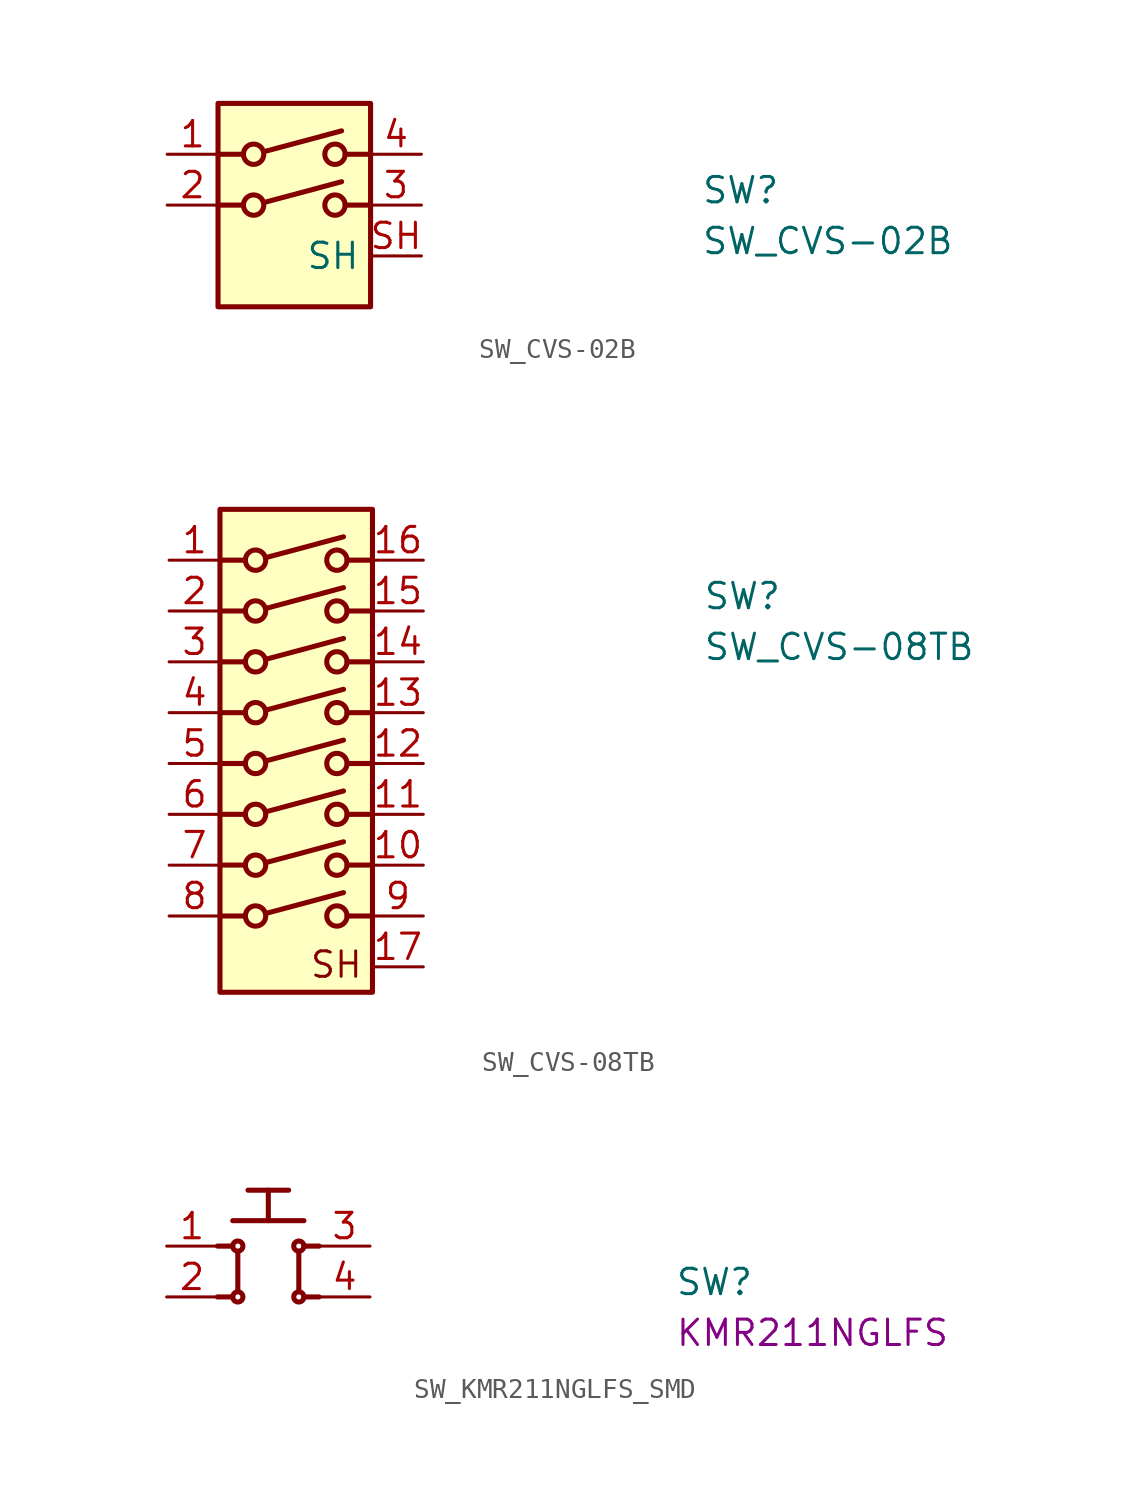
<source format=kicad_sym>
(kicad_symbol_lib
  (version 20220914)
  (generator kicad_symbol_editor)
  (symbol "SW_CVS-02B"
    (property "Reference" "SW"
      (at 26.67 -2.54 0)
      (effects (font (size 1.27 1.27) (thickness 0.15)) (justify left bottom)))
    (property "Value" "SW_CVS-02B"
      (at 26.67 -5.08 0)
      (effects (font (size 1.27 1.27) (thickness 0.15)) (justify left bottom)))
    (symbol "SW_CVS-02B_1_1"
      (polyline (pts (xy 3.81 -2.54) (xy 2.54 -2.54)) (stroke (width 0.254) (type default)) (fill (type none)))
      (polyline (pts (xy 3.81 0) (xy 2.54 0)) (stroke (width 0.254) (type default)) (fill (type none)))
      (polyline (pts (xy 4.826 -2.413) (xy 8.712 -1.372)) (stroke (width 0.254) (type default)) (fill (type none)))
      (polyline (pts (xy 4.826 0.127) (xy 8.712 1.168)) (stroke (width 0.254) (type default)) (fill (type none)))
      (polyline (pts (xy 10.16 -2.54) (xy 8.89 -2.54)) (stroke (width 0.254) (type default)) (fill (type none)))
      (polyline (pts (xy 10.16 0) (xy 8.89 0)) (stroke (width 0.254) (type default)) (fill (type none)))
      (rectangle (start 2.54 2.54) (end 10.16 -7.62) (stroke (width 0.254) (type default)) (fill (type background)))
      (circle (center 4.318 -2.54) (radius 0.508) (stroke (width 0.254) (type default)) (fill (type none)))
      (circle (center 4.318 0) (radius 0.508) (stroke (width 0.254) (type default)) (fill (type none)))
      (circle (center 8.382 -2.54) (radius 0.508) (stroke (width 0.254) (type default)) (fill (type none)))
      (circle (center 8.382 0) (radius 0.508) (stroke (width 0.254) (type default)) (fill (type none)))
      (pin passive line (at 0 0 0) (length 2.54) (name "~" (effects (font (size 1.27 1.27)))) (number "1" (effects (font (size 1.27 1.27)))))
      (pin passive line (at 0 -2.54 0) (length 2.54) (name "~" (effects (font (size 1.27 1.27)))) (number "2" (effects (font (size 1.27 1.27)))))
      (pin passive line (at 12.7 -2.54 180) (length 2.54) (name "~" (effects (font (size 1.27 1.27)))) (number "3" (effects (font (size 1.27 1.27)))))
      (pin passive line (at 12.7 0 180) (length 2.54) (name "~" (effects (font (size 1.27 1.27)))) (number "4" (effects (font (size 1.27 1.27)))))
      (pin power_in line (at 12.7 -5.08 180) (length 2.54) (name "SH" (effects (font (size 1.27 1.27)))) (number "SH" (effects (font (size 1.27 1.27)))))))
  (symbol "SW_CVS-08TB"
    (pin_names hide)
    (property "Reference" "SW"
      (at 26.67 -2.54 0)
      (effects (font (size 1.27 1.27) (thickness 0.15)) (justify left bottom)))
    (property "Value" "SW_CVS-08TB"
      (at 26.67 -5.08 0)
      (effects (font (size 1.27 1.27) (thickness 0.15)) (justify left bottom)))
    (symbol "SW_CVS-08TB_1_1"
      (polyline (pts (xy 2.54 -17.78) (xy 3.81 -17.78)) (stroke (width 0.254) (type default)) (fill (type none)))
      (polyline (pts (xy 2.54 -12.7) (xy 3.81 -12.7)) (stroke (width 0.254) (type default)) (fill (type none)))
      (polyline (pts (xy 2.54 -10.16) (xy 3.81 -10.16)) (stroke (width 0.254) (type default)) (fill (type none)))
      (polyline (pts (xy 2.54 -7.62) (xy 3.81 -7.62)) (stroke (width 0.254) (type default)) (fill (type none)))
      (polyline (pts (xy 2.54 -5.08) (xy 3.81 -5.08)) (stroke (width 0.254) (type default)) (fill (type none)))
      (polyline (pts (xy 2.54 -2.54) (xy 3.81 -2.54)) (stroke (width 0.254) (type default)) (fill (type none)))
      (polyline (pts (xy 2.54 0) (xy 3.81 0)) (stroke (width 0.254) (type default)) (fill (type none)))
      (polyline (pts (xy 2.543 -15.235) (xy 3.813 -15.235)) (stroke (width 0.254) (type default)) (fill (type none)))
      (polyline (pts (xy 4.826 -17.653) (xy 8.712 -16.612)) (stroke (width 0.254) (type default)) (fill (type none)))
      (polyline (pts (xy 4.826 -15.113) (xy 8.712 -14.072)) (stroke (width 0.254) (type default)) (fill (type none)))
      (polyline (pts (xy 4.826 -12.573) (xy 8.712 -11.532)) (stroke (width 0.254) (type default)) (fill (type none)))
      (polyline (pts (xy 4.826 -10.033) (xy 8.712 -8.992)) (stroke (width 0.254) (type default)) (fill (type none)))
      (polyline (pts (xy 4.826 -7.493) (xy 8.712 -6.452)) (stroke (width 0.254) (type default)) (fill (type none)))
      (polyline (pts (xy 4.826 -4.953) (xy 8.712 -3.912)) (stroke (width 0.254) (type default)) (fill (type none)))
      (polyline (pts (xy 4.826 -2.413) (xy 8.712 -1.372)) (stroke (width 0.254) (type default)) (fill (type none)))
      (polyline (pts (xy 4.826 0.127) (xy 8.712 1.168)) (stroke (width 0.254) (type default)) (fill (type none)))
      (polyline (pts (xy 8.89 -17.78) (xy 10.16 -17.78)) (stroke (width 0.254) (type default)) (fill (type none)))
      (polyline (pts (xy 8.89 -12.7) (xy 10.16 -12.7)) (stroke (width 0.254) (type default)) (fill (type none)))
      (polyline (pts (xy 8.89 -10.16) (xy 10.16 -10.16)) (stroke (width 0.254) (type default)) (fill (type none)))
      (polyline (pts (xy 8.89 -7.62) (xy 10.16 -7.62)) (stroke (width 0.254) (type default)) (fill (type none)))
      (polyline (pts (xy 8.89 -5.08) (xy 10.16 -5.08)) (stroke (width 0.254) (type default)) (fill (type none)))
      (polyline (pts (xy 8.89 -2.54) (xy 10.16 -2.54)) (stroke (width 0.254) (type default)) (fill (type none)))
      (polyline (pts (xy 8.89 0) (xy 10.16 0)) (stroke (width 0.254) (type default)) (fill (type none)))
      (polyline (pts (xy 8.893 -15.235) (xy 10.164 -15.235)) (stroke (width 0.254) (type default)) (fill (type none)))
      (rectangle (start 2.54 2.54) (end 10.16 -21.59) (stroke (width 0.254) (type default)) (fill (type background)))
      (circle (center 4.318 -17.78) (radius 0.508) (stroke (width 0.254) (type default)) (fill (type none)))
      (circle (center 4.318 -15.24) (radius 0.508) (stroke (width 0.254) (type default)) (fill (type none)))
      (circle (center 4.318 -12.7) (radius 0.508) (stroke (width 0.254) (type default)) (fill (type none)))
      (circle (center 4.318 -10.16) (radius 0.508) (stroke (width 0.254) (type default)) (fill (type none)))
      (circle (center 4.318 -7.62) (radius 0.508) (stroke (width 0.254) (type default)) (fill (type none)))
      (circle (center 4.318 -5.08) (radius 0.508) (stroke (width 0.254) (type default)) (fill (type none)))
      (circle (center 4.318 -2.54) (radius 0.508) (stroke (width 0.254) (type default)) (fill (type none)))
      (circle (center 4.318 0) (radius 0.508) (stroke (width 0.254) (type default)) (fill (type none)))
      (circle (center 8.382 -17.78) (radius 0.508) (stroke (width 0.254) (type default)) (fill (type none)))
      (circle (center 8.382 -15.24) (radius 0.508) (stroke (width 0.254) (type default)) (fill (type none)))
      (circle (center 8.382 -12.7) (radius 0.508) (stroke (width 0.254) (type default)) (fill (type none)))
      (circle (center 8.382 -10.16) (radius 0.508) (stroke (width 0.254) (type default)) (fill (type none)))
      (circle (center 8.382 -7.62) (radius 0.508) (stroke (width 0.254) (type default)) (fill (type none)))
      (circle (center 8.382 -5.08) (radius 0.508) (stroke (width 0.254) (type default)) (fill (type none)))
      (circle (center 8.382 -2.54) (radius 0.508) (stroke (width 0.254) (type default)) (fill (type none)))
      (circle (center 8.382 0) (radius 0.508) (stroke (width 0.254) (type default)) (fill (type none)))
      (text "SH" (at 6.985 -20.955 0) (effects (font (size 1.27 1.27) (thickness 0.15)) (justify left bottom)))
      (pin passive line (at 0 0 0) (length 2.54) (name "1" (effects (font (size 1.27 1.27)))) (number "1" (effects (font (size 1.27 1.27)))))
      (pin passive line (at 12.7 -15.24 180) (length 2.54) (name "10" (effects (font (size 1.27 1.27)))) (number "10" (effects (font (size 1.27 1.27)))))
      (pin passive line (at 12.7 -12.7 180) (length 2.54) (name "11" (effects (font (size 1.27 1.27)))) (number "11" (effects (font (size 1.27 1.27)))))
      (pin passive line (at 12.7 -10.16 180) (length 2.54) (name "12" (effects (font (size 1.27 1.27)))) (number "12" (effects (font (size 1.27 1.27)))))
      (pin passive line (at 12.7 -7.62 180) (length 2.54) (name "13" (effects (font (size 1.27 1.27)))) (number "13" (effects (font (size 1.27 1.27)))))
      (pin passive line (at 12.7 -5.08 180) (length 2.54) (name "14" (effects (font (size 1.27 1.27)))) (number "14" (effects (font (size 1.27 1.27)))))
      (pin passive line (at 12.7 -2.54 180) (length 2.54) (name "15" (effects (font (size 1.27 1.27)))) (number "15" (effects (font (size 1.27 1.27)))))
      (pin passive line (at 12.7 0 180) (length 2.54) (name "16" (effects (font (size 1.27 1.27)))) (number "16" (effects (font (size 1.27 1.27)))))
      (pin power_in line (at 12.7 -20.32 180) (length 2.54) (name "17" (effects (font (size 1.27 1.27)))) (number "17" (effects (font (size 1.27 1.27)))))
      (pin passive line (at 0 -2.54 0) (length 2.54) (name "2" (effects (font (size 1.27 1.27)))) (number "2" (effects (font (size 1.27 1.27)))))
      (pin passive line (at 0 -5.08 0) (length 2.54) (name "3" (effects (font (size 1.27 1.27)))) (number "3" (effects (font (size 1.27 1.27)))))
      (pin passive line (at 0 -7.62 0) (length 2.54) (name "4" (effects (font (size 1.27 1.27)))) (number "4" (effects (font (size 1.27 1.27)))))
      (pin passive line (at 0 -10.16 0) (length 2.54) (name "5" (effects (font (size 1.27 1.27)))) (number "5" (effects (font (size 1.27 1.27)))))
      (pin passive line (at 0 -12.7 0) (length 2.54) (name "6" (effects (font (size 1.27 1.27)))) (number "6" (effects (font (size 1.27 1.27)))))
      (pin passive line (at 0 -15.24 0) (length 2.54) (name "7" (effects (font (size 1.27 1.27)))) (number "7" (effects (font (size 1.27 1.27)))))
      (pin passive line (at 0 -17.78 0) (length 2.54) (name "8" (effects (font (size 1.27 1.27)))) (number "8" (effects (font (size 1.27 1.27)))))
      (pin passive line (at 12.7 -17.78 180) (length 2.54) (name "9" (effects (font (size 1.27 1.27)))) (number "9" (effects (font (size 1.27 1.27)))))))
  (symbol "SW_KMR211NGLFS_SMD"
    (pin_names hide)
    (property "Reference" "SW"
      (at 25.4 -2.54 0)
      (effects (font (size 1.27 1.27) (thickness 0.15)) (justify left bottom)))
    (property "MPN" "KMR211NGLFS"
      (at 25.4 -5.08 0)
      (effects (font (size 1.27 1.27) (thickness 0.15)) (justify left bottom)))
    (symbol "SW_KMR211NGLFS_SMD_1_1"
      (polyline (pts (xy 2.54 -2.54) (xy 3.302 -2.54)) (stroke (width 0.254) (type default)) (fill (type none)))
      (polyline (pts (xy 2.54 0) (xy 3.302 0)) (stroke (width 0.254) (type default)) (fill (type none)))
      (polyline (pts (xy 3.302 1.27) (xy 6.858 1.27)) (stroke (width 0.254) (type default)) (fill (type none)))
      (polyline (pts (xy 3.556 -0.305) (xy 3.556 -2.184)) (stroke (width 0.254) (type default)) (fill (type none)))
      (polyline (pts (xy 4.064 2.794) (xy 6.096 2.794)) (stroke (width 0.254) (type default)) (fill (type none)))
      (polyline (pts (xy 5.08 1.27) (xy 5.08 2.794)) (stroke (width 0.254) (type default)) (fill (type none)))
      (polyline (pts (xy 6.604 -0.254) (xy 6.604 -2.184)) (stroke (width 0.254) (type default)) (fill (type none)))
      (polyline (pts (xy 7.62 -2.54) (xy 6.858 -2.54)) (stroke (width 0.254) (type default)) (fill (type none)))
      (polyline (pts (xy 7.62 0) (xy 6.858 0)) (stroke (width 0.254) (type default)) (fill (type none)))
      (circle (center 3.556 -2.54) (radius 0.254) (stroke (width 0.254) (type default)) (fill (type none)))
      (circle (center 3.556 0) (radius 0.254) (stroke (width 0.254) (type default)) (fill (type none)))
      (circle (center 6.604 -2.54) (radius 0.254) (stroke (width 0.254) (type default)) (fill (type none)))
      (circle (center 6.604 0) (radius 0.254) (stroke (width 0.254) (type default)) (fill (type none)))
      (pin passive line (at 0 0 0) (length 2.54) (name "1" (effects (font (size 1.27 1.27)))) (number "1" (effects (font (size 1.27 1.27)))))
      (pin passive line (at 0 -2.54 0) (length 2.54) (name "2" (effects (font (size 1.27 1.27)))) (number "2" (effects (font (size 1.27 1.27)))))
      (pin passive line (at 10.16 0 180) (length 2.54) (name "3" (effects (font (size 1.27 1.27)))) (number "3" (effects (font (size 1.27 1.27)))))
      (pin passive line (at 10.16 -2.54 180) (length 2.54) (name "4" (effects (font (size 1.27 1.27)))) (number "4" (effects (font (size 1.27 1.27))))))))
</source>
